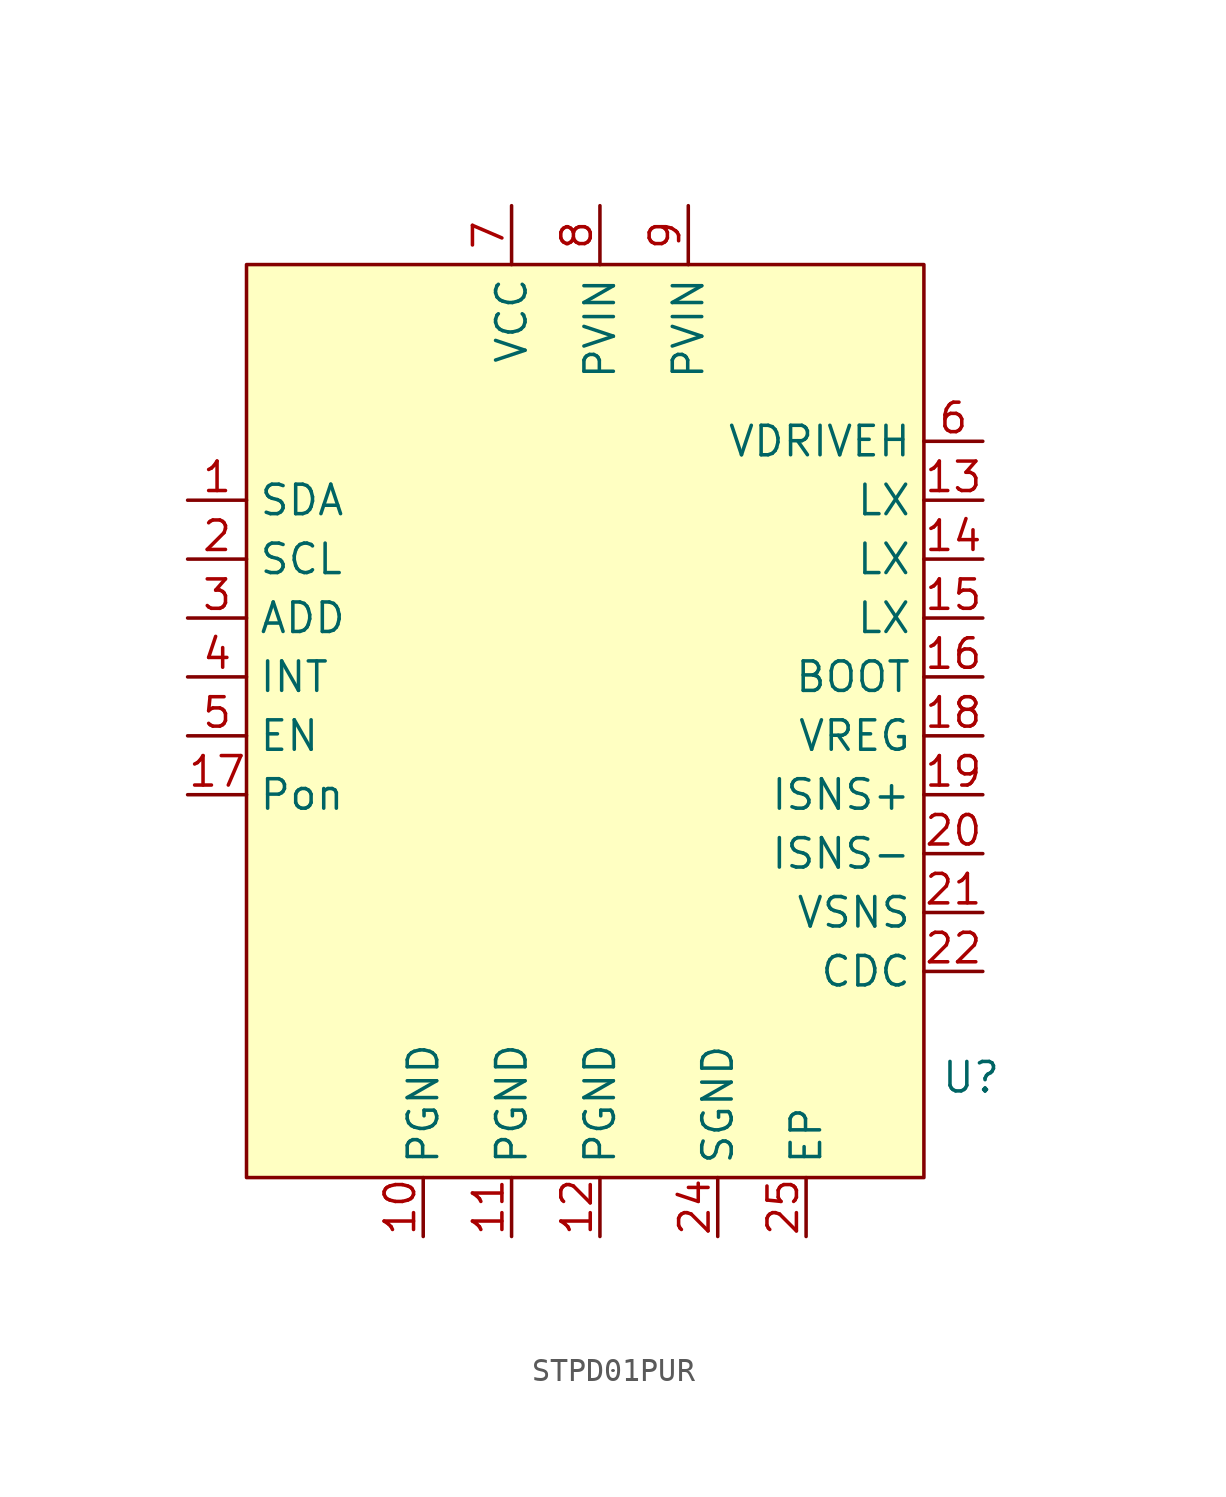
<source format=kicad_sym>
(kicad_symbol_lib
  (version 20231120)
  (generator "kicad_symbol_editor")
  (generator_version "8.0")
  (symbol "STPD01PUR"
    (property "Reference" "U"
      (at 16.002 -17.272 0)
      (effects (font (size 1.27 1.27))))
    (property "Value" ""
      (at 19.05 -1.27 0)
      (effects (font (size 1.27 1.27))))
    (symbol "STPD01PUR_0_0"
      (pin bidirectional line (at -17.78 7.62 0) (length 2.54) (name "SDA" (effects (font (size 1.27 1.27)))) (number "1" (effects (font (size 1.27 1.27)))))
      (pin power_in line (at -7.62 -24.13 90) (length 2.54) (name "PGND" (effects (font (size 1.27 1.27)))) (number "10" (effects (font (size 1.27 1.27)))))
      (pin power_in line (at 0 -24.13 90) (length 2.54) (name "PGND" (effects (font (size 1.27 1.27)))) (number "12" (effects (font (size 1.27 1.27)))))
      (pin bidirectional line (at 16.51 7.62 180) (length 2.54) (name "LX" (effects (font (size 1.27 1.27)))) (number "13" (effects (font (size 1.27 1.27)))))
      (pin bidirectional line (at 16.51 5.08 180) (length 2.54) (name "LX" (effects (font (size 1.27 1.27)))) (number "14" (effects (font (size 1.27 1.27)))))
      (pin bidirectional line (at 16.51 2.54 180) (length 2.54) (name "LX" (effects (font (size 1.27 1.27)))) (number "15" (effects (font (size 1.27 1.27)))))
      (pin power_out line (at 16.51 0 180) (length 2.54) (name "BOOT" (effects (font (size 1.27 1.27)))) (number "16" (effects (font (size 1.27 1.27)))))
      (pin output line (at -17.78 -5.08 0) (length 2.54) (name "Pon" (effects (font (size 1.27 1.27)))) (number "17" (effects (font (size 1.27 1.27)))))
      (pin power_out line (at 16.51 -2.54 180) (length 2.54) (name "VREG" (effects (font (size 1.27 1.27)))) (number "18" (effects (font (size 1.27 1.27)))))
      (pin input line (at 16.51 -5.08 180) (length 2.54) (name "ISNS+" (effects (font (size 1.27 1.27)))) (number "19" (effects (font (size 1.27 1.27)))))
      (pin input line (at -17.78 5.08 0) (length 2.54) (name "SCL" (effects (font (size 1.27 1.27)))) (number "2" (effects (font (size 1.27 1.27)))))
      (pin input line (at 16.51 -7.62 180) (length 2.54) (name "ISNS-" (effects (font (size 1.27 1.27)))) (number "20" (effects (font (size 1.27 1.27)))))
      (pin input line (at 16.51 -12.7 180) (length 2.54) (name "CDC" (effects (font (size 1.27 1.27)))) (number "22" (effects (font (size 1.27 1.27)))))
      (pin input line (at -17.78 2.54 0) (length 2.54) (name "ADD" (effects (font (size 1.27 1.27)))) (number "3" (effects (font (size 1.27 1.27)))))
      (pin output line (at -17.78 0 0) (length 2.54) (name "INT" (effects (font (size 1.27 1.27)))) (number "4" (effects (font (size 1.27 1.27)))))
      (pin input line (at -17.78 -2.54 0) (length 2.54) (name "EN" (effects (font (size 1.27 1.27)))) (number "5" (effects (font (size 1.27 1.27)))))
      (pin output line (at 16.51 10.16 180) (length 2.54) (name "VDRIVEH" (effects (font (size 1.27 1.27)))) (number "6" (effects (font (size 1.27 1.27)))))
      (pin power_in line (at 0 20.32 270) (length 2.54) (name "PVIN" (effects (font (size 1.27 1.27)))) (number "8" (effects (font (size 1.27 1.27)))))
      (pin power_in line (at 3.81 20.32 270) (length 2.54) (name "PVIN" (effects (font (size 1.27 1.27)))) (number "9" (effects (font (size 1.27 1.27))))))
    (symbol "STPD01PUR_1_0"
      (pin power_in line (at -3.81 -24.13 90) (length 2.54) (name "PGND" (effects (font (size 1.27 1.27)))) (number "11" (effects (font (size 1.27 1.27)))))
      (pin input line (at 16.51 -10.16 180) (length 2.54) (name "VSNS" (effects (font (size 1.27 1.27)))) (number "21" (effects (font (size 1.27 1.27)))))
      (pin no_connect line (at -17.78 -7.62 0) (length 2.54) hide (name "NC" (effects (font (size 1.27 1.27)))) (number "23" (effects (font (size 1.27 1.27)))))
      (pin power_in line (at 5.08 -24.13 90) (length 2.54) (name "SGND" (effects (font (size 1.27 1.27)))) (number "24" (effects (font (size 1.27 1.27)))))
      (pin power_in line (at 8.89 -24.13 90) (length 2.54) (name "EP" (effects (font (size 1.27 1.27)))) (number "25" (effects (font (size 1.27 1.27)))))
      (pin power_in line (at -3.81 20.32 270) (length 2.54) (name "VCC" (effects (font (size 1.27 1.27)))) (number "7" (effects (font (size 1.27 1.27))))))
    (symbol "STPD01PUR_1_1"
      (rectangle (start -15.24 17.78) (end 13.97 -21.59) (stroke (width 0) (type default)) (fill (type background))))))
</source>
